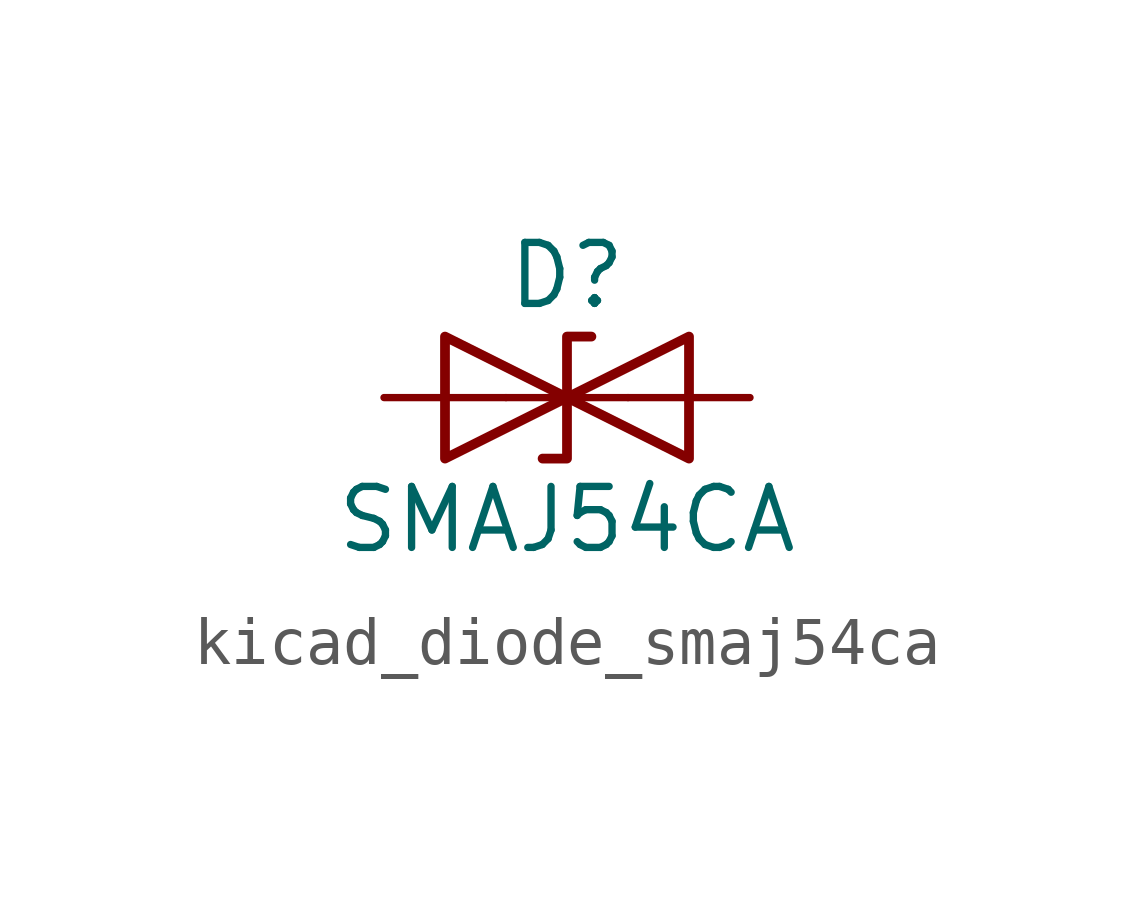
<source format=kicad_sym>
(kicad_symbol_lib
  (version 20220914)
  (generator kicad_symbol_editor)
  (symbol "kicad_diode_smaj54ca"
    (pin_numbers hide)
    (pin_names
      (offset 1.016) hide)
    (property "Reference" "D"
      (at 0 2.54 0)
      (effects (font (size 1.27 1.27))))
    (property "Value" "SMAJ54CA"
      (at 0 -2.54 0)
      (effects (font (size 1.27 1.27))))
    (symbol "kicad_diode_smaj54ca_0_1"
      (polyline (pts (xy 1.27 0) (xy -1.27 0)) (stroke (width 0) (type default)) (fill (type none)))
      (polyline (pts (xy -2.54 -1.27) (xy 0 0) (xy -2.54 1.27) (xy -2.54 -1.27)) (stroke (width 0.203) (type default)) (fill (type none)))
      (polyline (pts (xy 0.508 1.27) (xy 0 1.27) (xy 0 -1.27) (xy -0.508 -1.27)) (stroke (width 0.203) (type default)) (fill (type none)))
      (polyline (pts (xy 2.54 1.27) (xy 2.54 -1.27) (xy 0 0) (xy 2.54 1.27)) (stroke (width 0.203) (type default)) (fill (type none))))
    (symbol "kicad_diode_smaj54ca_1_1"
      (pin passive line (at -3.81 0 0) (length 2.54) (name "A1" (effects (font (size 1.27 1.27)))) (number "1" (effects (font (size 1.27 1.27)))))
      (pin passive line (at 3.81 0 180) (length 2.54) (name "A2" (effects (font (size 1.27 1.27)))) (number "2" (effects (font (size 1.27 1.27))))))))
</source>
